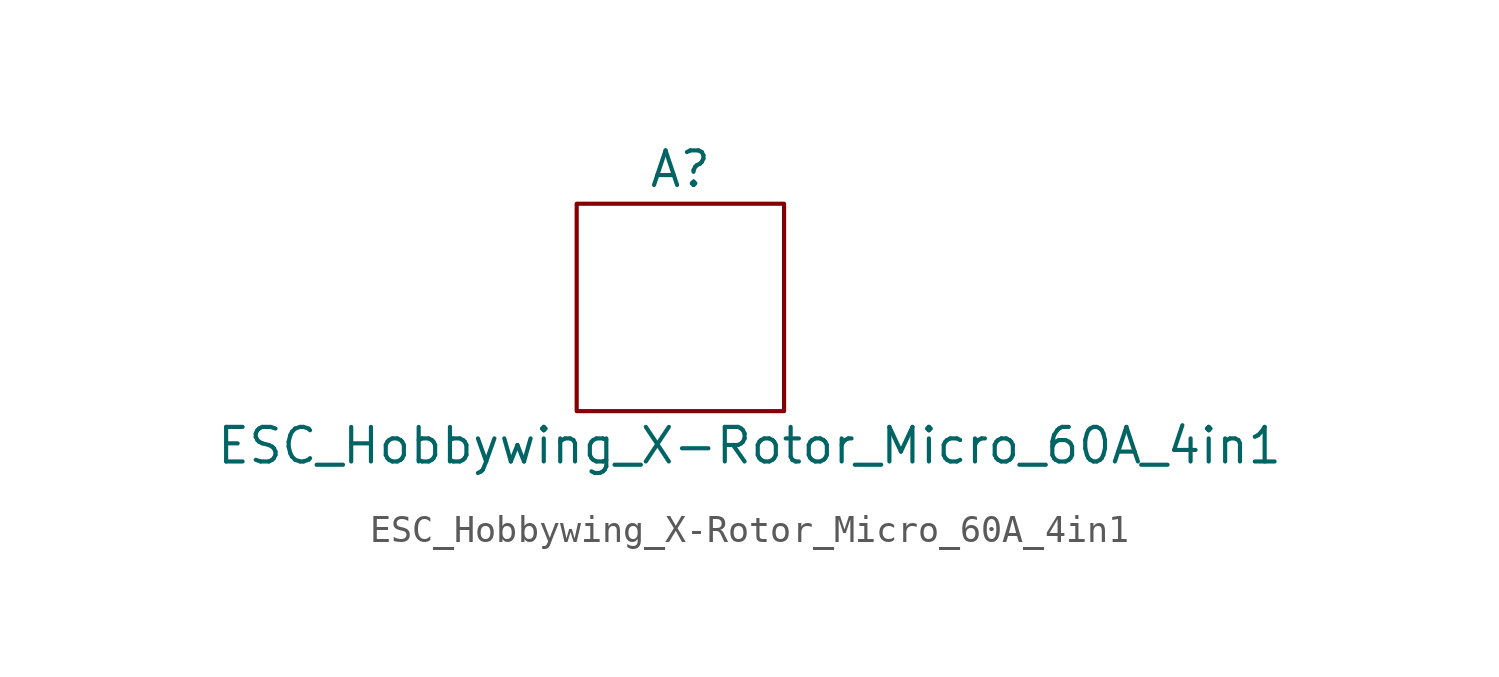
<source format=kicad_sym>
(kicad_symbol_lib
  (version 20211014)
  (generator kicad_symbol_editor)
  (symbol "ESC_Hobbywing_X-Rotor_Micro_60A_4in1"
    (property "Reference" "A"
      (at 0 5.08 0)
      (effects (font (size 1.27 1.27))))
    (property "Value" "ESC_Hobbywing_X-Rotor_Micro_60A_4in1"
      (at 2.54 -5.08 0)
      (effects (font (size 1.27 1.27))))
    (symbol "ESC_Hobbywing_X-Rotor_Micro_60A_4in1_0_1"
      (rectangle (start -3.81 3.81) (end 3.81 -3.81) (stroke (width 0.152) (type default) (color 0 0 0 0)) (fill (type none))))))
</source>
